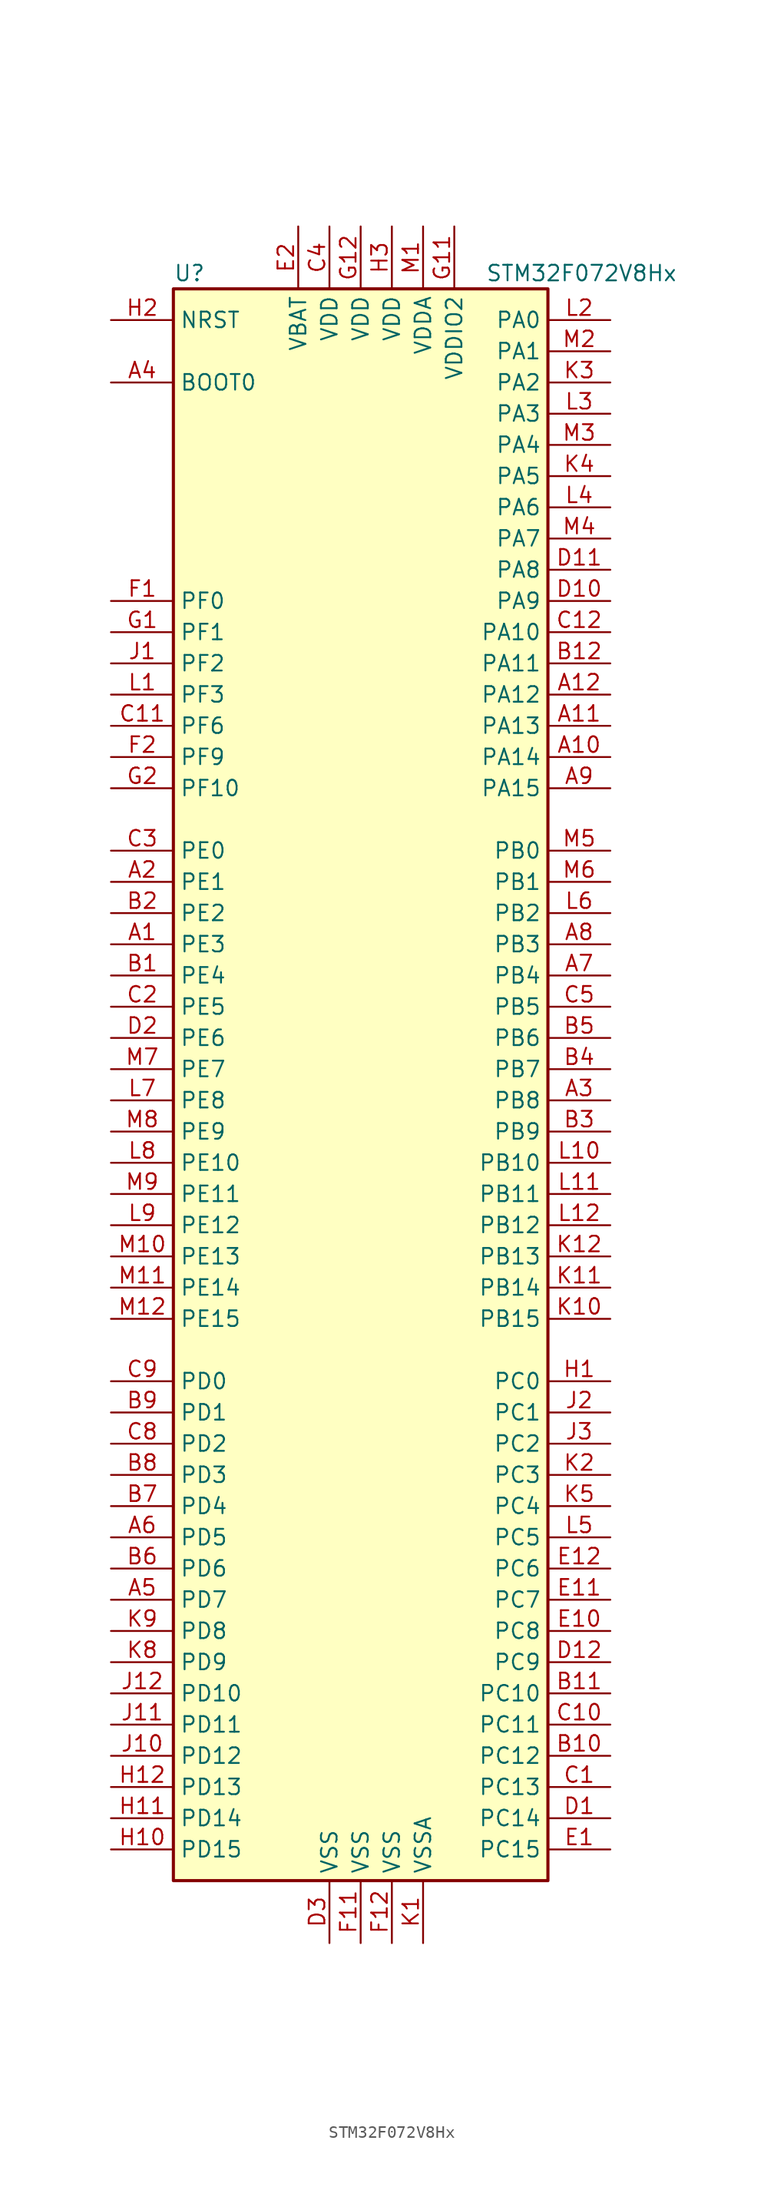
<source format=kicad_sym>
(kicad_symbol_lib
  (version 20200908)
  (generator kicad_symbol_editor)
  (symbol "MCU_ST_STM32F0:STM32F072V8Hx"
    (property "Reference" "U"
      (at -15.24 64.77 0)
      (effects (font (size 1.27 1.27)) (justify left)))
    (property "Value" "STM32F072V8Hx"
      (at 10.16 64.77 0)
      (effects (font (size 1.27 1.27)) (justify left)))
    (symbol "STM32F072V8Hx_0_1"
      (rectangle (start -15.24 -66.04) (end 15.24 63.5) (stroke (width 0.254)) (fill (type background))))
    (symbol "STM32F072V8Hx_1_1"
      (pin bidirectional line (at -20.32 10.16 0) (length 5.08) (name "PE3" (effects (font (size 1.27 1.27)))) (number "A1" (effects (font (size 1.27 1.27)))))
      (pin bidirectional line (at 20.32 25.4 180) (length 5.08) (name "PA14" (effects (font (size 1.27 1.27)))) (number "A10" (effects (font (size 1.27 1.27)))))
      (pin bidirectional line (at 20.32 27.94 180) (length 5.08) (name "PA13" (effects (font (size 1.27 1.27)))) (number "A11" (effects (font (size 1.27 1.27)))))
      (pin bidirectional line (at 20.32 30.48 180) (length 5.08) (name "PA12" (effects (font (size 1.27 1.27)))) (number "A12" (effects (font (size 1.27 1.27)))))
      (pin bidirectional line (at -20.32 15.24 0) (length 5.08) (name "PE1" (effects (font (size 1.27 1.27)))) (number "A2" (effects (font (size 1.27 1.27)))))
      (pin bidirectional line (at 20.32 -2.54 180) (length 5.08) (name "PB8" (effects (font (size 1.27 1.27)))) (number "A3" (effects (font (size 1.27 1.27)))))
      (pin input line (at -20.32 55.88 0) (length 5.08) (name "BOOT0" (effects (font (size 1.27 1.27)))) (number "A4" (effects (font (size 1.27 1.27)))))
      (pin bidirectional line (at -20.32 -43.18 0) (length 5.08) (name "PD7" (effects (font (size 1.27 1.27)))) (number "A5" (effects (font (size 1.27 1.27)))))
      (pin bidirectional line (at -20.32 -38.1 0) (length 5.08) (name "PD5" (effects (font (size 1.27 1.27)))) (number "A6" (effects (font (size 1.27 1.27)))))
      (pin bidirectional line (at 20.32 7.62 180) (length 5.08) (name "PB4" (effects (font (size 1.27 1.27)))) (number "A7" (effects (font (size 1.27 1.27)))))
      (pin bidirectional line (at 20.32 10.16 180) (length 5.08) (name "PB3" (effects (font (size 1.27 1.27)))) (number "A8" (effects (font (size 1.27 1.27)))))
      (pin bidirectional line (at 20.32 22.86 180) (length 5.08) (name "PA15" (effects (font (size 1.27 1.27)))) (number "A9" (effects (font (size 1.27 1.27)))))
      (pin bidirectional line (at -20.32 7.62 0) (length 5.08) (name "PE4" (effects (font (size 1.27 1.27)))) (number "B1" (effects (font (size 1.27 1.27)))))
      (pin bidirectional line (at 20.32 -55.88 180) (length 5.08) (name "PC12" (effects (font (size 1.27 1.27)))) (number "B10" (effects (font (size 1.27 1.27)))))
      (pin bidirectional line (at 20.32 -50.8 180) (length 5.08) (name "PC10" (effects (font (size 1.27 1.27)))) (number "B11" (effects (font (size 1.27 1.27)))))
      (pin bidirectional line (at 20.32 33.02 180) (length 5.08) (name "PA11" (effects (font (size 1.27 1.27)))) (number "B12" (effects (font (size 1.27 1.27)))))
      (pin bidirectional line (at -20.32 12.7 0) (length 5.08) (name "PE2" (effects (font (size 1.27 1.27)))) (number "B2" (effects (font (size 1.27 1.27)))))
      (pin bidirectional line (at 20.32 -5.08 180) (length 5.08) (name "PB9" (effects (font (size 1.27 1.27)))) (number "B3" (effects (font (size 1.27 1.27)))))
      (pin bidirectional line (at 20.32 0 180) (length 5.08) (name "PB7" (effects (font (size 1.27 1.27)))) (number "B4" (effects (font (size 1.27 1.27)))))
      (pin bidirectional line (at 20.32 2.54 180) (length 5.08) (name "PB6" (effects (font (size 1.27 1.27)))) (number "B5" (effects (font (size 1.27 1.27)))))
      (pin bidirectional line (at -20.32 -40.64 0) (length 5.08) (name "PD6" (effects (font (size 1.27 1.27)))) (number "B6" (effects (font (size 1.27 1.27)))))
      (pin bidirectional line (at -20.32 -35.56 0) (length 5.08) (name "PD4" (effects (font (size 1.27 1.27)))) (number "B7" (effects (font (size 1.27 1.27)))))
      (pin bidirectional line (at -20.32 -33.02 0) (length 5.08) (name "PD3" (effects (font (size 1.27 1.27)))) (number "B8" (effects (font (size 1.27 1.27)))))
      (pin bidirectional line (at -20.32 -27.94 0) (length 5.08) (name "PD1" (effects (font (size 1.27 1.27)))) (number "B9" (effects (font (size 1.27 1.27)))))
      (pin bidirectional line (at 20.32 -58.42 180) (length 5.08) (name "PC13" (effects (font (size 1.27 1.27)))) (number "C1" (effects (font (size 1.27 1.27)))))
      (pin bidirectional line (at 20.32 -53.34 180) (length 5.08) (name "PC11" (effects (font (size 1.27 1.27)))) (number "C10" (effects (font (size 1.27 1.27)))))
      (pin bidirectional line (at -20.32 27.94 0) (length 5.08) (name "PF6" (effects (font (size 1.27 1.27)))) (number "C11" (effects (font (size 1.27 1.27)))))
      (pin bidirectional line (at 20.32 35.56 180) (length 5.08) (name "PA10" (effects (font (size 1.27 1.27)))) (number "C12" (effects (font (size 1.27 1.27)))))
      (pin bidirectional line (at -20.32 5.08 0) (length 5.08) (name "PE5" (effects (font (size 1.27 1.27)))) (number "C2" (effects (font (size 1.27 1.27)))))
      (pin bidirectional line (at -20.32 17.78 0) (length 5.08) (name "PE0" (effects (font (size 1.27 1.27)))) (number "C3" (effects (font (size 1.27 1.27)))))
      (pin power_in line (at -2.54 68.58 270) (length 5.08) (name "VDD" (effects (font (size 1.27 1.27)))) (number "C4" (effects (font (size 1.27 1.27)))))
      (pin bidirectional line (at 20.32 5.08 180) (length 5.08) (name "PB5" (effects (font (size 1.27 1.27)))) (number "C5" (effects (font (size 1.27 1.27)))))
      (pin bidirectional line (at -20.32 -30.48 0) (length 5.08) (name "PD2" (effects (font (size 1.27 1.27)))) (number "C8" (effects (font (size 1.27 1.27)))))
      (pin bidirectional line (at -20.32 -25.4 0) (length 5.08) (name "PD0" (effects (font (size 1.27 1.27)))) (number "C9" (effects (font (size 1.27 1.27)))))
      (pin bidirectional line (at 20.32 -60.96 180) (length 5.08) (name "PC14" (effects (font (size 1.27 1.27)))) (number "D1" (effects (font (size 1.27 1.27)))))
      (pin bidirectional line (at 20.32 38.1 180) (length 5.08) (name "PA9" (effects (font (size 1.27 1.27)))) (number "D10" (effects (font (size 1.27 1.27)))))
      (pin bidirectional line (at 20.32 40.64 180) (length 5.08) (name "PA8" (effects (font (size 1.27 1.27)))) (number "D11" (effects (font (size 1.27 1.27)))))
      (pin bidirectional line (at 20.32 -48.26 180) (length 5.08) (name "PC9" (effects (font (size 1.27 1.27)))) (number "D12" (effects (font (size 1.27 1.27)))))
      (pin bidirectional line (at -20.32 2.54 0) (length 5.08) (name "PE6" (effects (font (size 1.27 1.27)))) (number "D2" (effects (font (size 1.27 1.27)))))
      (pin power_in line (at -2.54 -71.12 90) (length 5.08) (name "VSS" (effects (font (size 1.27 1.27)))) (number "D3" (effects (font (size 1.27 1.27)))))
      (pin bidirectional line (at 20.32 -63.5 180) (length 5.08) (name "PC15" (effects (font (size 1.27 1.27)))) (number "E1" (effects (font (size 1.27 1.27)))))
      (pin bidirectional line (at 20.32 -45.72 180) (length 5.08) (name "PC8" (effects (font (size 1.27 1.27)))) (number "E10" (effects (font (size 1.27 1.27)))))
      (pin bidirectional line (at 20.32 -43.18 180) (length 5.08) (name "PC7" (effects (font (size 1.27 1.27)))) (number "E11" (effects (font (size 1.27 1.27)))))
      (pin bidirectional line (at 20.32 -40.64 180) (length 5.08) (name "PC6" (effects (font (size 1.27 1.27)))) (number "E12" (effects (font (size 1.27 1.27)))))
      (pin power_in line (at -5.08 68.58 270) (length 5.08) (name "VBAT" (effects (font (size 1.27 1.27)))) (number "E2" (effects (font (size 1.27 1.27)))))
      (pin unconnected line (at -15.24 -63.5 0) (length 5.08) hide (name "NC" (effects (font (size 1.27 1.27)))) (number "E3" (effects (font (size 1.27 1.27)))))
      (pin input line (at -20.32 38.1 0) (length 5.08) (name "PF0" (effects (font (size 1.27 1.27)))) (number "F1" (effects (font (size 1.27 1.27)))))
      (pin power_in line (at 0 -71.12 90) (length 5.08) (name "VSS" (effects (font (size 1.27 1.27)))) (number "F11" (effects (font (size 1.27 1.27)))))
      (pin power_in line (at 2.54 -71.12 90) (length 5.08) (name "VSS" (effects (font (size 1.27 1.27)))) (number "F12" (effects (font (size 1.27 1.27)))))
      (pin bidirectional line (at -20.32 25.4 0) (length 5.08) (name "PF9" (effects (font (size 1.27 1.27)))) (number "F2" (effects (font (size 1.27 1.27)))))
      (pin input line (at -20.32 35.56 0) (length 5.08) (name "PF1" (effects (font (size 1.27 1.27)))) (number "G1" (effects (font (size 1.27 1.27)))))
      (pin power_in line (at 7.62 68.58 270) (length 5.08) (name "VDDIO2" (effects (font (size 1.27 1.27)))) (number "G11" (effects (font (size 1.27 1.27)))))
      (pin power_in line (at 0 68.58 270) (length 5.08) (name "VDD" (effects (font (size 1.27 1.27)))) (number "G12" (effects (font (size 1.27 1.27)))))
      (pin bidirectional line (at -20.32 22.86 0) (length 5.08) (name "PF10" (effects (font (size 1.27 1.27)))) (number "G2" (effects (font (size 1.27 1.27)))))
      (pin bidirectional line (at 20.32 -25.4 180) (length 5.08) (name "PC0" (effects (font (size 1.27 1.27)))) (number "H1" (effects (font (size 1.27 1.27)))))
      (pin bidirectional line (at -20.32 -63.5 0) (length 5.08) (name "PD15" (effects (font (size 1.27 1.27)))) (number "H10" (effects (font (size 1.27 1.27)))))
      (pin bidirectional line (at -20.32 -60.96 0) (length 5.08) (name "PD14" (effects (font (size 1.27 1.27)))) (number "H11" (effects (font (size 1.27 1.27)))))
      (pin bidirectional line (at -20.32 -58.42 0) (length 5.08) (name "PD13" (effects (font (size 1.27 1.27)))) (number "H12" (effects (font (size 1.27 1.27)))))
      (pin input line (at -20.32 60.96 0) (length 5.08) (name "NRST" (effects (font (size 1.27 1.27)))) (number "H2" (effects (font (size 1.27 1.27)))))
      (pin power_in line (at 2.54 68.58 270) (length 5.08) (name "VDD" (effects (font (size 1.27 1.27)))) (number "H3" (effects (font (size 1.27 1.27)))))
      (pin bidirectional line (at -20.32 33.02 0) (length 5.08) (name "PF2" (effects (font (size 1.27 1.27)))) (number "J1" (effects (font (size 1.27 1.27)))))
      (pin bidirectional line (at -20.32 -55.88 0) (length 5.08) (name "PD12" (effects (font (size 1.27 1.27)))) (number "J10" (effects (font (size 1.27 1.27)))))
      (pin bidirectional line (at -20.32 -53.34 0) (length 5.08) (name "PD11" (effects (font (size 1.27 1.27)))) (number "J11" (effects (font (size 1.27 1.27)))))
      (pin bidirectional line (at -20.32 -50.8 0) (length 5.08) (name "PD10" (effects (font (size 1.27 1.27)))) (number "J12" (effects (font (size 1.27 1.27)))))
      (pin bidirectional line (at 20.32 -27.94 180) (length 5.08) (name "PC1" (effects (font (size 1.27 1.27)))) (number "J2" (effects (font (size 1.27 1.27)))))
      (pin bidirectional line (at 20.32 -30.48 180) (length 5.08) (name "PC2" (effects (font (size 1.27 1.27)))) (number "J3" (effects (font (size 1.27 1.27)))))
      (pin power_in line (at 5.08 -71.12 90) (length 5.08) (name "VSSA" (effects (font (size 1.27 1.27)))) (number "K1" (effects (font (size 1.27 1.27)))))
      (pin bidirectional line (at 20.32 -20.32 180) (length 5.08) (name "PB15" (effects (font (size 1.27 1.27)))) (number "K10" (effects (font (size 1.27 1.27)))))
      (pin bidirectional line (at 20.32 -17.78 180) (length 5.08) (name "PB14" (effects (font (size 1.27 1.27)))) (number "K11" (effects (font (size 1.27 1.27)))))
      (pin bidirectional line (at 20.32 -15.24 180) (length 5.08) (name "PB13" (effects (font (size 1.27 1.27)))) (number "K12" (effects (font (size 1.27 1.27)))))
      (pin bidirectional line (at 20.32 -33.02 180) (length 5.08) (name "PC3" (effects (font (size 1.27 1.27)))) (number "K2" (effects (font (size 1.27 1.27)))))
      (pin bidirectional line (at 20.32 55.88 180) (length 5.08) (name "PA2" (effects (font (size 1.27 1.27)))) (number "K3" (effects (font (size 1.27 1.27)))))
      (pin bidirectional line (at 20.32 48.26 180) (length 5.08) (name "PA5" (effects (font (size 1.27 1.27)))) (number "K4" (effects (font (size 1.27 1.27)))))
      (pin bidirectional line (at 20.32 -35.56 180) (length 5.08) (name "PC4" (effects (font (size 1.27 1.27)))) (number "K5" (effects (font (size 1.27 1.27)))))
      (pin bidirectional line (at -20.32 -48.26 0) (length 5.08) (name "PD9" (effects (font (size 1.27 1.27)))) (number "K8" (effects (font (size 1.27 1.27)))))
      (pin bidirectional line (at -20.32 -45.72 0) (length 5.08) (name "PD8" (effects (font (size 1.27 1.27)))) (number "K9" (effects (font (size 1.27 1.27)))))
      (pin bidirectional line (at -20.32 30.48 0) (length 5.08) (name "PF3" (effects (font (size 1.27 1.27)))) (number "L1" (effects (font (size 1.27 1.27)))))
      (pin bidirectional line (at 20.32 -7.62 180) (length 5.08) (name "PB10" (effects (font (size 1.27 1.27)))) (number "L10" (effects (font (size 1.27 1.27)))))
      (pin bidirectional line (at 20.32 -10.16 180) (length 5.08) (name "PB11" (effects (font (size 1.27 1.27)))) (number "L11" (effects (font (size 1.27 1.27)))))
      (pin bidirectional line (at 20.32 -12.7 180) (length 5.08) (name "PB12" (effects (font (size 1.27 1.27)))) (number "L12" (effects (font (size 1.27 1.27)))))
      (pin bidirectional line (at 20.32 60.96 180) (length 5.08) (name "PA0" (effects (font (size 1.27 1.27)))) (number "L2" (effects (font (size 1.27 1.27)))))
      (pin bidirectional line (at 20.32 53.34 180) (length 5.08) (name "PA3" (effects (font (size 1.27 1.27)))) (number "L3" (effects (font (size 1.27 1.27)))))
      (pin bidirectional line (at 20.32 45.72 180) (length 5.08) (name "PA6" (effects (font (size 1.27 1.27)))) (number "L4" (effects (font (size 1.27 1.27)))))
      (pin bidirectional line (at 20.32 -38.1 180) (length 5.08) (name "PC5" (effects (font (size 1.27 1.27)))) (number "L5" (effects (font (size 1.27 1.27)))))
      (pin bidirectional line (at 20.32 12.7 180) (length 5.08) (name "PB2" (effects (font (size 1.27 1.27)))) (number "L6" (effects (font (size 1.27 1.27)))))
      (pin bidirectional line (at -20.32 -2.54 0) (length 5.08) (name "PE8" (effects (font (size 1.27 1.27)))) (number "L7" (effects (font (size 1.27 1.27)))))
      (pin bidirectional line (at -20.32 -7.62 0) (length 5.08) (name "PE10" (effects (font (size 1.27 1.27)))) (number "L8" (effects (font (size 1.27 1.27)))))
      (pin bidirectional line (at -20.32 -12.7 0) (length 5.08) (name "PE12" (effects (font (size 1.27 1.27)))) (number "L9" (effects (font (size 1.27 1.27)))))
      (pin power_in line (at 5.08 68.58 270) (length 5.08) (name "VDDA" (effects (font (size 1.27 1.27)))) (number "M1" (effects (font (size 1.27 1.27)))))
      (pin bidirectional line (at -20.32 -15.24 0) (length 5.08) (name "PE13" (effects (font (size 1.27 1.27)))) (number "M10" (effects (font (size 1.27 1.27)))))
      (pin bidirectional line (at -20.32 -17.78 0) (length 5.08) (name "PE14" (effects (font (size 1.27 1.27)))) (number "M11" (effects (font (size 1.27 1.27)))))
      (pin bidirectional line (at -20.32 -20.32 0) (length 5.08) (name "PE15" (effects (font (size 1.27 1.27)))) (number "M12" (effects (font (size 1.27 1.27)))))
      (pin bidirectional line (at 20.32 58.42 180) (length 5.08) (name "PA1" (effects (font (size 1.27 1.27)))) (number "M2" (effects (font (size 1.27 1.27)))))
      (pin bidirectional line (at 20.32 50.8 180) (length 5.08) (name "PA4" (effects (font (size 1.27 1.27)))) (number "M3" (effects (font (size 1.27 1.27)))))
      (pin bidirectional line (at 20.32 43.18 180) (length 5.08) (name "PA7" (effects (font (size 1.27 1.27)))) (number "M4" (effects (font (size 1.27 1.27)))))
      (pin bidirectional line (at 20.32 17.78 180) (length 5.08) (name "PB0" (effects (font (size 1.27 1.27)))) (number "M5" (effects (font (size 1.27 1.27)))))
      (pin bidirectional line (at 20.32 15.24 180) (length 5.08) (name "PB1" (effects (font (size 1.27 1.27)))) (number "M6" (effects (font (size 1.27 1.27)))))
      (pin bidirectional line (at -20.32 0 0) (length 5.08) (name "PE7" (effects (font (size 1.27 1.27)))) (number "M7" (effects (font (size 1.27 1.27)))))
      (pin bidirectional line (at -20.32 -5.08 0) (length 5.08) (name "PE9" (effects (font (size 1.27 1.27)))) (number "M8" (effects (font (size 1.27 1.27)))))
      (pin bidirectional line (at -20.32 -10.16 0) (length 5.08) (name "PE11" (effects (font (size 1.27 1.27)))) (number "M9" (effects (font (size 1.27 1.27))))))))
</source>
